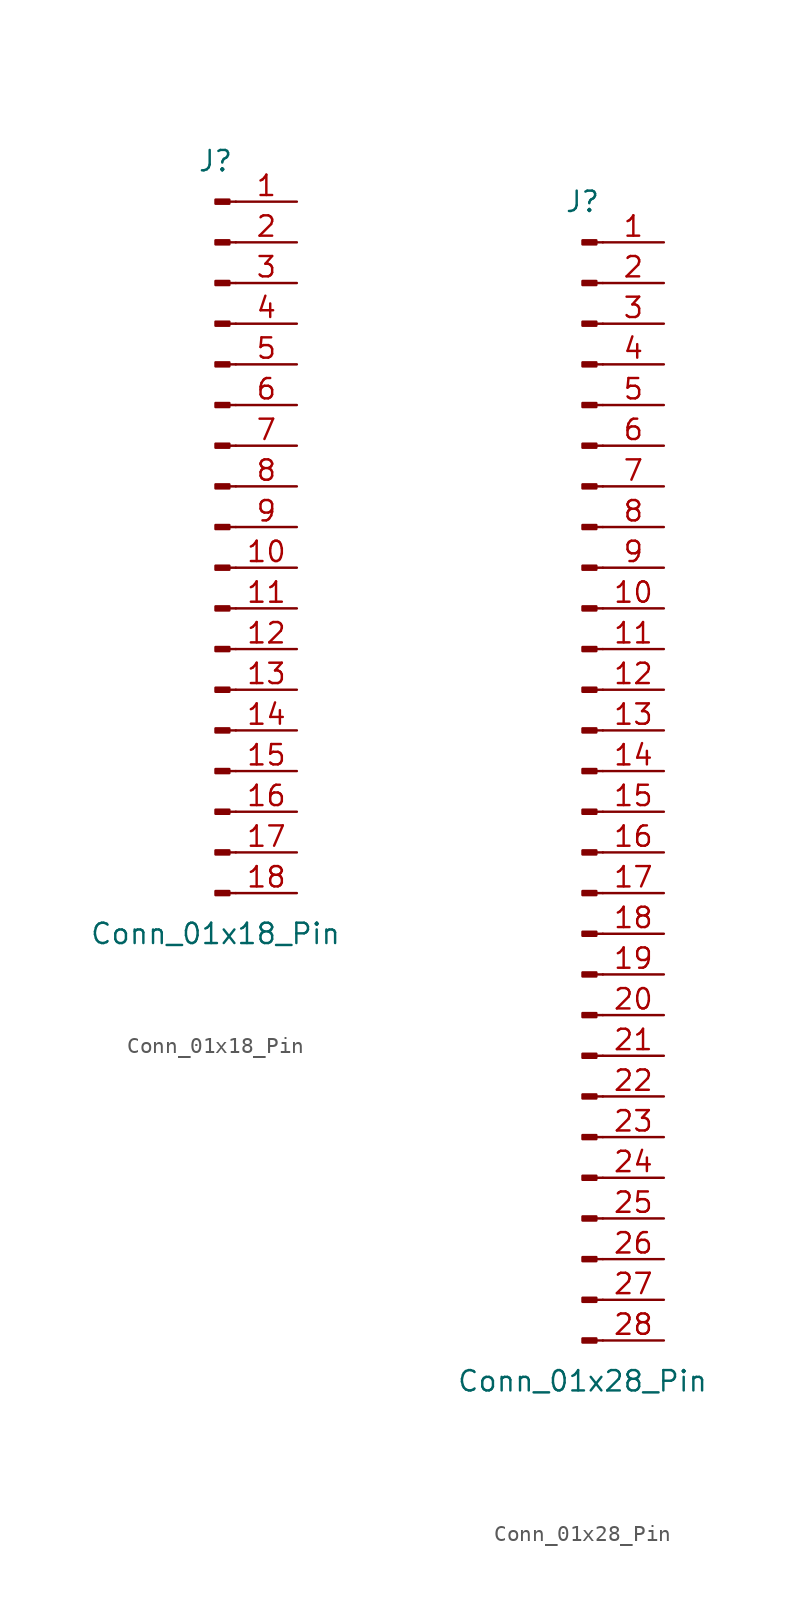
<source format=kicad_sym>
(kicad_symbol_lib
  (version 20220914)
  (generator kicad_symbol_editor)
  (symbol "Conn_01x18_Pin"
    (pin_names
      (offset 1.016) hide)
    (property "Reference" "J"
      (at 0 22.86 0)
      (effects (font (size 1.27 1.27))))
    (property "Value" "Conn_01x18_Pin"
      (at 0 -25.4 0)
      (effects (font (size 1.27 1.27))))
    (property "ki_locked" ""
      (at 0 0 0)
      (effects (font (size 1.27 1.27))))
    (symbol "Conn_01x18_Pin_1_1"
      (polyline (pts (xy 1.27 -22.86) (xy 0.864 -22.86)) (stroke (width 0.152) (type default)) (fill (type none)))
      (polyline (pts (xy 1.27 -20.32) (xy 0.864 -20.32)) (stroke (width 0.152) (type default)) (fill (type none)))
      (polyline (pts (xy 1.27 -17.78) (xy 0.864 -17.78)) (stroke (width 0.152) (type default)) (fill (type none)))
      (polyline (pts (xy 1.27 -15.24) (xy 0.864 -15.24)) (stroke (width 0.152) (type default)) (fill (type none)))
      (polyline (pts (xy 1.27 -12.7) (xy 0.864 -12.7)) (stroke (width 0.152) (type default)) (fill (type none)))
      (polyline (pts (xy 1.27 -10.16) (xy 0.864 -10.16)) (stroke (width 0.152) (type default)) (fill (type none)))
      (polyline (pts (xy 1.27 -7.62) (xy 0.864 -7.62)) (stroke (width 0.152) (type default)) (fill (type none)))
      (polyline (pts (xy 1.27 -5.08) (xy 0.864 -5.08)) (stroke (width 0.152) (type default)) (fill (type none)))
      (polyline (pts (xy 1.27 -2.54) (xy 0.864 -2.54)) (stroke (width 0.152) (type default)) (fill (type none)))
      (polyline (pts (xy 1.27 0) (xy 0.864 0)) (stroke (width 0.152) (type default)) (fill (type none)))
      (polyline (pts (xy 1.27 2.54) (xy 0.864 2.54)) (stroke (width 0.152) (type default)) (fill (type none)))
      (polyline (pts (xy 1.27 5.08) (xy 0.864 5.08)) (stroke (width 0.152) (type default)) (fill (type none)))
      (polyline (pts (xy 1.27 7.62) (xy 0.864 7.62)) (stroke (width 0.152) (type default)) (fill (type none)))
      (polyline (pts (xy 1.27 10.16) (xy 0.864 10.16)) (stroke (width 0.152) (type default)) (fill (type none)))
      (polyline (pts (xy 1.27 12.7) (xy 0.864 12.7)) (stroke (width 0.152) (type default)) (fill (type none)))
      (polyline (pts (xy 1.27 15.24) (xy 0.864 15.24)) (stroke (width 0.152) (type default)) (fill (type none)))
      (polyline (pts (xy 1.27 17.78) (xy 0.864 17.78)) (stroke (width 0.152) (type default)) (fill (type none)))
      (polyline (pts (xy 1.27 20.32) (xy 0.864 20.32)) (stroke (width 0.152) (type default)) (fill (type none)))
      (rectangle (start 0.864 -22.733) (end 0 -22.987) (stroke (width 0.152) (type default)) (fill (type outline)))
      (rectangle (start 0.864 -20.193) (end 0 -20.447) (stroke (width 0.152) (type default)) (fill (type outline)))
      (rectangle (start 0.864 -17.653) (end 0 -17.907) (stroke (width 0.152) (type default)) (fill (type outline)))
      (rectangle (start 0.864 -15.113) (end 0 -15.367) (stroke (width 0.152) (type default)) (fill (type outline)))
      (rectangle (start 0.864 -12.573) (end 0 -12.827) (stroke (width 0.152) (type default)) (fill (type outline)))
      (rectangle (start 0.864 -10.033) (end 0 -10.287) (stroke (width 0.152) (type default)) (fill (type outline)))
      (rectangle (start 0.864 -7.493) (end 0 -7.747) (stroke (width 0.152) (type default)) (fill (type outline)))
      (rectangle (start 0.864 -4.953) (end 0 -5.207) (stroke (width 0.152) (type default)) (fill (type outline)))
      (rectangle (start 0.864 -2.413) (end 0 -2.667) (stroke (width 0.152) (type default)) (fill (type outline)))
      (rectangle (start 0.864 0.127) (end 0 -0.127) (stroke (width 0.152) (type default)) (fill (type outline)))
      (rectangle (start 0.864 2.667) (end 0 2.413) (stroke (width 0.152) (type default)) (fill (type outline)))
      (rectangle (start 0.864 5.207) (end 0 4.953) (stroke (width 0.152) (type default)) (fill (type outline)))
      (rectangle (start 0.864 7.747) (end 0 7.493) (stroke (width 0.152) (type default)) (fill (type outline)))
      (rectangle (start 0.864 10.287) (end 0 10.033) (stroke (width 0.152) (type default)) (fill (type outline)))
      (rectangle (start 0.864 12.827) (end 0 12.573) (stroke (width 0.152) (type default)) (fill (type outline)))
      (rectangle (start 0.864 15.367) (end 0 15.113) (stroke (width 0.152) (type default)) (fill (type outline)))
      (rectangle (start 0.864 17.907) (end 0 17.653) (stroke (width 0.152) (type default)) (fill (type outline)))
      (rectangle (start 0.864 20.447) (end 0 20.193) (stroke (width 0.152) (type default)) (fill (type outline)))
      (pin passive line (at 5.08 20.32 180) (length 3.81) (name "Pin_1" (effects (font (size 1.27 1.27)))) (number "1" (effects (font (size 1.27 1.27)))))
      (pin passive line (at 5.08 -2.54 180) (length 3.81) (name "Pin_10" (effects (font (size 1.27 1.27)))) (number "10" (effects (font (size 1.27 1.27)))))
      (pin passive line (at 5.08 -5.08 180) (length 3.81) (name "Pin_11" (effects (font (size 1.27 1.27)))) (number "11" (effects (font (size 1.27 1.27)))))
      (pin passive line (at 5.08 -7.62 180) (length 3.81) (name "Pin_12" (effects (font (size 1.27 1.27)))) (number "12" (effects (font (size 1.27 1.27)))))
      (pin passive line (at 5.08 -10.16 180) (length 3.81) (name "Pin_13" (effects (font (size 1.27 1.27)))) (number "13" (effects (font (size 1.27 1.27)))))
      (pin passive line (at 5.08 -12.7 180) (length 3.81) (name "Pin_14" (effects (font (size 1.27 1.27)))) (number "14" (effects (font (size 1.27 1.27)))))
      (pin passive line (at 5.08 -15.24 180) (length 3.81) (name "Pin_15" (effects (font (size 1.27 1.27)))) (number "15" (effects (font (size 1.27 1.27)))))
      (pin passive line (at 5.08 -17.78 180) (length 3.81) (name "Pin_16" (effects (font (size 1.27 1.27)))) (number "16" (effects (font (size 1.27 1.27)))))
      (pin passive line (at 5.08 -20.32 180) (length 3.81) (name "Pin_17" (effects (font (size 1.27 1.27)))) (number "17" (effects (font (size 1.27 1.27)))))
      (pin passive line (at 5.08 -22.86 180) (length 3.81) (name "Pin_18" (effects (font (size 1.27 1.27)))) (number "18" (effects (font (size 1.27 1.27)))))
      (pin passive line (at 5.08 17.78 180) (length 3.81) (name "Pin_2" (effects (font (size 1.27 1.27)))) (number "2" (effects (font (size 1.27 1.27)))))
      (pin passive line (at 5.08 15.24 180) (length 3.81) (name "Pin_3" (effects (font (size 1.27 1.27)))) (number "3" (effects (font (size 1.27 1.27)))))
      (pin passive line (at 5.08 12.7 180) (length 3.81) (name "Pin_4" (effects (font (size 1.27 1.27)))) (number "4" (effects (font (size 1.27 1.27)))))
      (pin passive line (at 5.08 10.16 180) (length 3.81) (name "Pin_5" (effects (font (size 1.27 1.27)))) (number "5" (effects (font (size 1.27 1.27)))))
      (pin passive line (at 5.08 7.62 180) (length 3.81) (name "Pin_6" (effects (font (size 1.27 1.27)))) (number "6" (effects (font (size 1.27 1.27)))))
      (pin passive line (at 5.08 5.08 180) (length 3.81) (name "Pin_7" (effects (font (size 1.27 1.27)))) (number "7" (effects (font (size 1.27 1.27)))))
      (pin passive line (at 5.08 2.54 180) (length 3.81) (name "Pin_8" (effects (font (size 1.27 1.27)))) (number "8" (effects (font (size 1.27 1.27)))))
      (pin passive line (at 5.08 0 180) (length 3.81) (name "Pin_9" (effects (font (size 1.27 1.27)))) (number "9" (effects (font (size 1.27 1.27)))))))
  (symbol "Conn_01x28_Pin"
    (pin_names
      (offset 1.016) hide)
    (property "Reference" "J"
      (at 0 35.56 0)
      (effects (font (size 1.27 1.27))))
    (property "Value" "Conn_01x28_Pin"
      (at 0 -38.1 0)
      (effects (font (size 1.27 1.27))))
    (property "ki_locked" ""
      (at 0 0 0)
      (effects (font (size 1.27 1.27))))
    (symbol "Conn_01x28_Pin_1_1"
      (polyline (pts (xy 1.27 -35.56) (xy 0.864 -35.56)) (stroke (width 0.152) (type default)) (fill (type none)))
      (polyline (pts (xy 1.27 -33.02) (xy 0.864 -33.02)) (stroke (width 0.152) (type default)) (fill (type none)))
      (polyline (pts (xy 1.27 -30.48) (xy 0.864 -30.48)) (stroke (width 0.152) (type default)) (fill (type none)))
      (polyline (pts (xy 1.27 -27.94) (xy 0.864 -27.94)) (stroke (width 0.152) (type default)) (fill (type none)))
      (polyline (pts (xy 1.27 -25.4) (xy 0.864 -25.4)) (stroke (width 0.152) (type default)) (fill (type none)))
      (polyline (pts (xy 1.27 -22.86) (xy 0.864 -22.86)) (stroke (width 0.152) (type default)) (fill (type none)))
      (polyline (pts (xy 1.27 -20.32) (xy 0.864 -20.32)) (stroke (width 0.152) (type default)) (fill (type none)))
      (polyline (pts (xy 1.27 -17.78) (xy 0.864 -17.78)) (stroke (width 0.152) (type default)) (fill (type none)))
      (polyline (pts (xy 1.27 -15.24) (xy 0.864 -15.24)) (stroke (width 0.152) (type default)) (fill (type none)))
      (polyline (pts (xy 1.27 -12.7) (xy 0.864 -12.7)) (stroke (width 0.152) (type default)) (fill (type none)))
      (polyline (pts (xy 1.27 -10.16) (xy 0.864 -10.16)) (stroke (width 0.152) (type default)) (fill (type none)))
      (polyline (pts (xy 1.27 -7.62) (xy 0.864 -7.62)) (stroke (width 0.152) (type default)) (fill (type none)))
      (polyline (pts (xy 1.27 -5.08) (xy 0.864 -5.08)) (stroke (width 0.152) (type default)) (fill (type none)))
      (polyline (pts (xy 1.27 -2.54) (xy 0.864 -2.54)) (stroke (width 0.152) (type default)) (fill (type none)))
      (polyline (pts (xy 1.27 0) (xy 0.864 0)) (stroke (width 0.152) (type default)) (fill (type none)))
      (polyline (pts (xy 1.27 2.54) (xy 0.864 2.54)) (stroke (width 0.152) (type default)) (fill (type none)))
      (polyline (pts (xy 1.27 5.08) (xy 0.864 5.08)) (stroke (width 0.152) (type default)) (fill (type none)))
      (polyline (pts (xy 1.27 7.62) (xy 0.864 7.62)) (stroke (width 0.152) (type default)) (fill (type none)))
      (polyline (pts (xy 1.27 10.16) (xy 0.864 10.16)) (stroke (width 0.152) (type default)) (fill (type none)))
      (polyline (pts (xy 1.27 12.7) (xy 0.864 12.7)) (stroke (width 0.152) (type default)) (fill (type none)))
      (polyline (pts (xy 1.27 15.24) (xy 0.864 15.24)) (stroke (width 0.152) (type default)) (fill (type none)))
      (polyline (pts (xy 1.27 17.78) (xy 0.864 17.78)) (stroke (width 0.152) (type default)) (fill (type none)))
      (polyline (pts (xy 1.27 20.32) (xy 0.864 20.32)) (stroke (width 0.152) (type default)) (fill (type none)))
      (polyline (pts (xy 1.27 22.86) (xy 0.864 22.86)) (stroke (width 0.152) (type default)) (fill (type none)))
      (polyline (pts (xy 1.27 25.4) (xy 0.864 25.4)) (stroke (width 0.152) (type default)) (fill (type none)))
      (polyline (pts (xy 1.27 27.94) (xy 0.864 27.94)) (stroke (width 0.152) (type default)) (fill (type none)))
      (polyline (pts (xy 1.27 30.48) (xy 0.864 30.48)) (stroke (width 0.152) (type default)) (fill (type none)))
      (polyline (pts (xy 1.27 33.02) (xy 0.864 33.02)) (stroke (width 0.152) (type default)) (fill (type none)))
      (rectangle (start 0.864 -35.433) (end 0 -35.687) (stroke (width 0.152) (type default)) (fill (type outline)))
      (rectangle (start 0.864 -32.893) (end 0 -33.147) (stroke (width 0.152) (type default)) (fill (type outline)))
      (rectangle (start 0.864 -30.353) (end 0 -30.607) (stroke (width 0.152) (type default)) (fill (type outline)))
      (rectangle (start 0.864 -27.813) (end 0 -28.067) (stroke (width 0.152) (type default)) (fill (type outline)))
      (rectangle (start 0.864 -25.273) (end 0 -25.527) (stroke (width 0.152) (type default)) (fill (type outline)))
      (rectangle (start 0.864 -22.733) (end 0 -22.987) (stroke (width 0.152) (type default)) (fill (type outline)))
      (rectangle (start 0.864 -20.193) (end 0 -20.447) (stroke (width 0.152) (type default)) (fill (type outline)))
      (rectangle (start 0.864 -17.653) (end 0 -17.907) (stroke (width 0.152) (type default)) (fill (type outline)))
      (rectangle (start 0.864 -15.113) (end 0 -15.367) (stroke (width 0.152) (type default)) (fill (type outline)))
      (rectangle (start 0.864 -12.573) (end 0 -12.827) (stroke (width 0.152) (type default)) (fill (type outline)))
      (rectangle (start 0.864 -10.033) (end 0 -10.287) (stroke (width 0.152) (type default)) (fill (type outline)))
      (rectangle (start 0.864 -7.493) (end 0 -7.747) (stroke (width 0.152) (type default)) (fill (type outline)))
      (rectangle (start 0.864 -4.953) (end 0 -5.207) (stroke (width 0.152) (type default)) (fill (type outline)))
      (rectangle (start 0.864 -2.413) (end 0 -2.667) (stroke (width 0.152) (type default)) (fill (type outline)))
      (rectangle (start 0.864 0.127) (end 0 -0.127) (stroke (width 0.152) (type default)) (fill (type outline)))
      (rectangle (start 0.864 2.667) (end 0 2.413) (stroke (width 0.152) (type default)) (fill (type outline)))
      (rectangle (start 0.864 5.207) (end 0 4.953) (stroke (width 0.152) (type default)) (fill (type outline)))
      (rectangle (start 0.864 7.747) (end 0 7.493) (stroke (width 0.152) (type default)) (fill (type outline)))
      (rectangle (start 0.864 10.287) (end 0 10.033) (stroke (width 0.152) (type default)) (fill (type outline)))
      (rectangle (start 0.864 12.827) (end 0 12.573) (stroke (width 0.152) (type default)) (fill (type outline)))
      (rectangle (start 0.864 15.367) (end 0 15.113) (stroke (width 0.152) (type default)) (fill (type outline)))
      (rectangle (start 0.864 17.907) (end 0 17.653) (stroke (width 0.152) (type default)) (fill (type outline)))
      (rectangle (start 0.864 20.447) (end 0 20.193) (stroke (width 0.152) (type default)) (fill (type outline)))
      (rectangle (start 0.864 22.987) (end 0 22.733) (stroke (width 0.152) (type default)) (fill (type outline)))
      (rectangle (start 0.864 25.527) (end 0 25.273) (stroke (width 0.152) (type default)) (fill (type outline)))
      (rectangle (start 0.864 28.067) (end 0 27.813) (stroke (width 0.152) (type default)) (fill (type outline)))
      (rectangle (start 0.864 30.607) (end 0 30.353) (stroke (width 0.152) (type default)) (fill (type outline)))
      (rectangle (start 0.864 33.147) (end 0 32.893) (stroke (width 0.152) (type default)) (fill (type outline)))
      (pin passive line (at 5.08 33.02 180) (length 3.81) (name "Pin_1" (effects (font (size 1.27 1.27)))) (number "1" (effects (font (size 1.27 1.27)))))
      (pin passive line (at 5.08 10.16 180) (length 3.81) (name "Pin_10" (effects (font (size 1.27 1.27)))) (number "10" (effects (font (size 1.27 1.27)))))
      (pin passive line (at 5.08 7.62 180) (length 3.81) (name "Pin_11" (effects (font (size 1.27 1.27)))) (number "11" (effects (font (size 1.27 1.27)))))
      (pin passive line (at 5.08 5.08 180) (length 3.81) (name "Pin_12" (effects (font (size 1.27 1.27)))) (number "12" (effects (font (size 1.27 1.27)))))
      (pin passive line (at 5.08 2.54 180) (length 3.81) (name "Pin_13" (effects (font (size 1.27 1.27)))) (number "13" (effects (font (size 1.27 1.27)))))
      (pin passive line (at 5.08 0 180) (length 3.81) (name "Pin_14" (effects (font (size 1.27 1.27)))) (number "14" (effects (font (size 1.27 1.27)))))
      (pin passive line (at 5.08 -2.54 180) (length 3.81) (name "Pin_15" (effects (font (size 1.27 1.27)))) (number "15" (effects (font (size 1.27 1.27)))))
      (pin passive line (at 5.08 -5.08 180) (length 3.81) (name "Pin_16" (effects (font (size 1.27 1.27)))) (number "16" (effects (font (size 1.27 1.27)))))
      (pin passive line (at 5.08 -7.62 180) (length 3.81) (name "Pin_17" (effects (font (size 1.27 1.27)))) (number "17" (effects (font (size 1.27 1.27)))))
      (pin passive line (at 5.08 -10.16 180) (length 3.81) (name "Pin_18" (effects (font (size 1.27 1.27)))) (number "18" (effects (font (size 1.27 1.27)))))
      (pin passive line (at 5.08 -12.7 180) (length 3.81) (name "Pin_19" (effects (font (size 1.27 1.27)))) (number "19" (effects (font (size 1.27 1.27)))))
      (pin passive line (at 5.08 30.48 180) (length 3.81) (name "Pin_2" (effects (font (size 1.27 1.27)))) (number "2" (effects (font (size 1.27 1.27)))))
      (pin passive line (at 5.08 -15.24 180) (length 3.81) (name "Pin_20" (effects (font (size 1.27 1.27)))) (number "20" (effects (font (size 1.27 1.27)))))
      (pin passive line (at 5.08 -17.78 180) (length 3.81) (name "Pin_21" (effects (font (size 1.27 1.27)))) (number "21" (effects (font (size 1.27 1.27)))))
      (pin passive line (at 5.08 -20.32 180) (length 3.81) (name "Pin_22" (effects (font (size 1.27 1.27)))) (number "22" (effects (font (size 1.27 1.27)))))
      (pin passive line (at 5.08 -22.86 180) (length 3.81) (name "Pin_23" (effects (font (size 1.27 1.27)))) (number "23" (effects (font (size 1.27 1.27)))))
      (pin passive line (at 5.08 -25.4 180) (length 3.81) (name "Pin_24" (effects (font (size 1.27 1.27)))) (number "24" (effects (font (size 1.27 1.27)))))
      (pin passive line (at 5.08 -27.94 180) (length 3.81) (name "Pin_25" (effects (font (size 1.27 1.27)))) (number "25" (effects (font (size 1.27 1.27)))))
      (pin passive line (at 5.08 -30.48 180) (length 3.81) (name "Pin_26" (effects (font (size 1.27 1.27)))) (number "26" (effects (font (size 1.27 1.27)))))
      (pin passive line (at 5.08 -33.02 180) (length 3.81) (name "Pin_27" (effects (font (size 1.27 1.27)))) (number "27" (effects (font (size 1.27 1.27)))))
      (pin passive line (at 5.08 -35.56 180) (length 3.81) (name "Pin_28" (effects (font (size 1.27 1.27)))) (number "28" (effects (font (size 1.27 1.27)))))
      (pin passive line (at 5.08 27.94 180) (length 3.81) (name "Pin_3" (effects (font (size 1.27 1.27)))) (number "3" (effects (font (size 1.27 1.27)))))
      (pin passive line (at 5.08 25.4 180) (length 3.81) (name "Pin_4" (effects (font (size 1.27 1.27)))) (number "4" (effects (font (size 1.27 1.27)))))
      (pin passive line (at 5.08 22.86 180) (length 3.81) (name "Pin_5" (effects (font (size 1.27 1.27)))) (number "5" (effects (font (size 1.27 1.27)))))
      (pin passive line (at 5.08 20.32 180) (length 3.81) (name "Pin_6" (effects (font (size 1.27 1.27)))) (number "6" (effects (font (size 1.27 1.27)))))
      (pin passive line (at 5.08 17.78 180) (length 3.81) (name "Pin_7" (effects (font (size 1.27 1.27)))) (number "7" (effects (font (size 1.27 1.27)))))
      (pin passive line (at 5.08 15.24 180) (length 3.81) (name "Pin_8" (effects (font (size 1.27 1.27)))) (number "8" (effects (font (size 1.27 1.27)))))
      (pin passive line (at 5.08 12.7 180) (length 3.81) (name "Pin_9" (effects (font (size 1.27 1.27)))) (number "9" (effects (font (size 1.27 1.27))))))))
</source>
